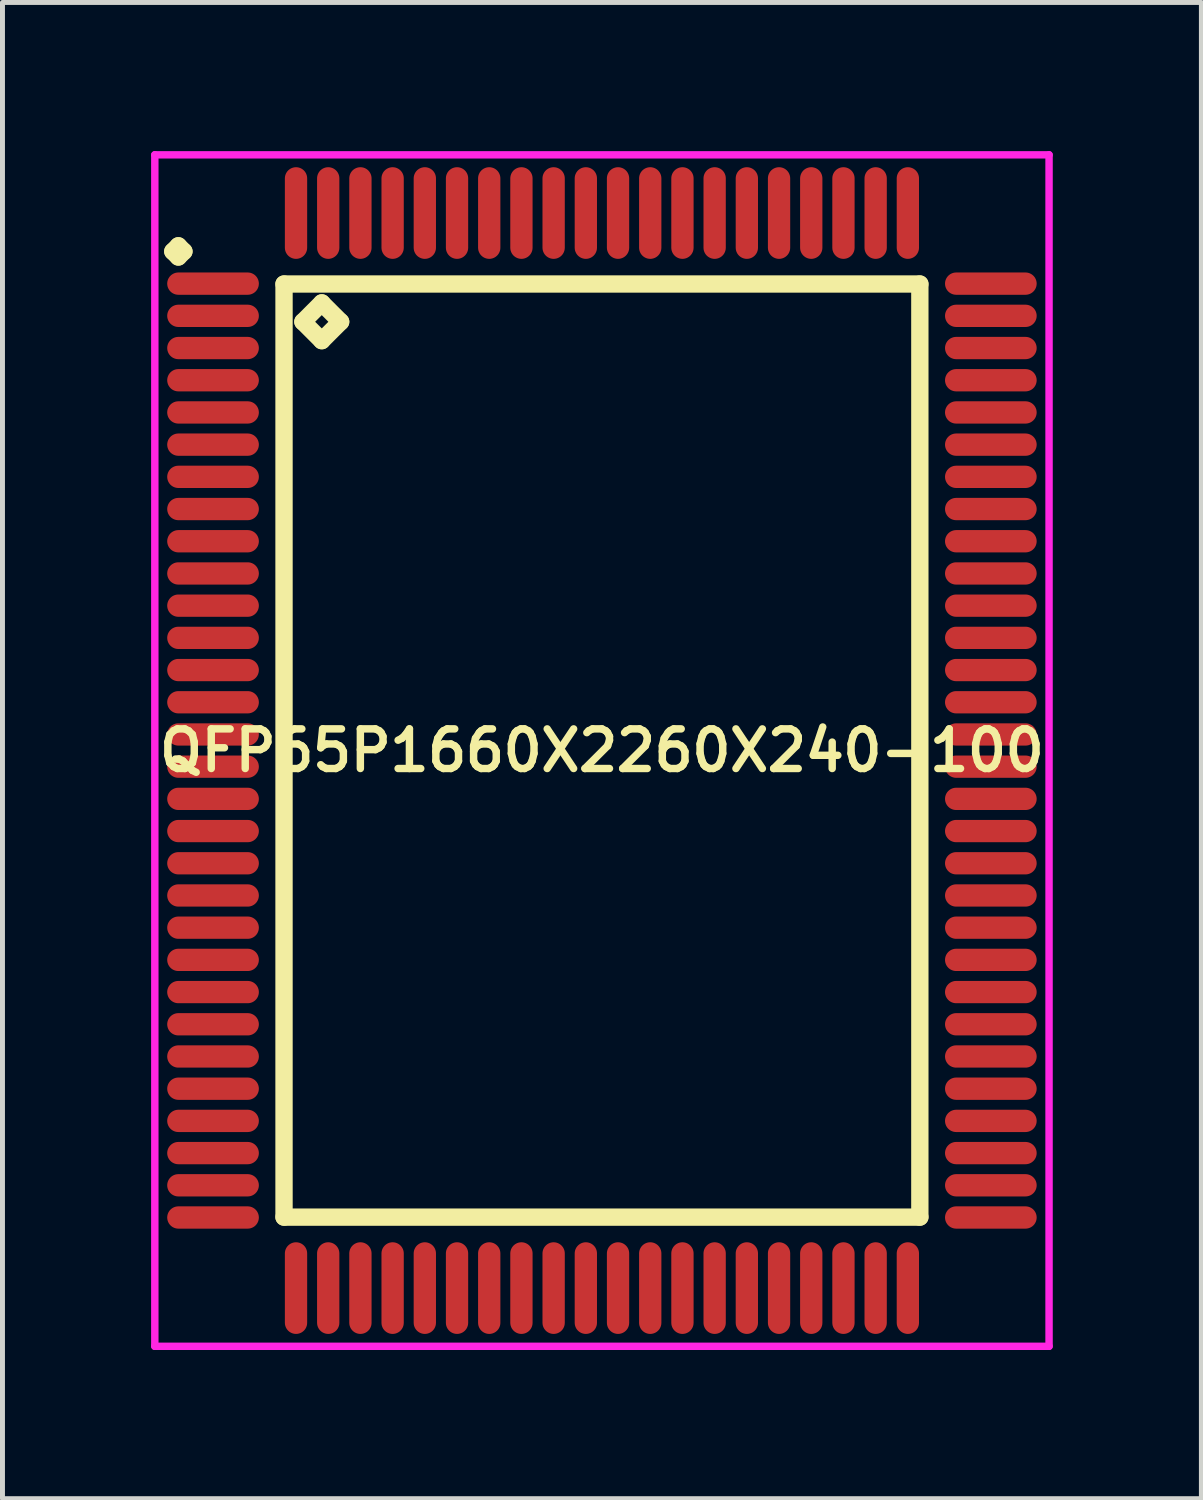
<source format=kicad_pcb>
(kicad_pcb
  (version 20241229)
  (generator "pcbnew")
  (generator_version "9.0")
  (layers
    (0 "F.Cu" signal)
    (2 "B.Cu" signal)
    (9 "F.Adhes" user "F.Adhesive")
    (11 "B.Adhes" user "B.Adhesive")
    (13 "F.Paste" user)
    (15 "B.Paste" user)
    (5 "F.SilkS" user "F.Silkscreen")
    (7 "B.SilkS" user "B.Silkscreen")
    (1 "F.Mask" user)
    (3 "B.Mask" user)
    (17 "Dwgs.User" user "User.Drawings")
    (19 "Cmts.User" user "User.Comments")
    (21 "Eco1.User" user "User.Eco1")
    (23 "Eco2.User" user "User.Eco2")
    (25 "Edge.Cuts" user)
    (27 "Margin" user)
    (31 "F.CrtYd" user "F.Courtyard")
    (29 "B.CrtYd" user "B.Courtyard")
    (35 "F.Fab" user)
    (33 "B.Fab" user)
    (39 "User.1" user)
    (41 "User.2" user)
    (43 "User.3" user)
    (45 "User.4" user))
  (footprint "QFP65P1660X2260X240-100"
    (layer "F.Cu")
    (at 9.1 12.1)
    (property "Reference" "QFP65P1660X2260X240-100" (at 0 0 0) (layer "F.SilkS") (effects (font (size 0.8 0.8) (thickness 0.15))))
    (attr smd)
    (fp_line (start -8.662 -10.075) (end -8.55 -10.188) (stroke (width 0.35) (type solid)) (layer "F.SilkS"))
    (fp_line (start -8.55 -10.188) (end -8.438 -10.075) (stroke (width 0.35) (type solid)) (layer "F.SilkS"))
    (fp_line (start -8.55 -9.963) (end -8.662 -10.075) (stroke (width 0.35) (type solid)) (layer "F.SilkS"))
    (fp_line (start -8.438 -10.075) (end -8.55 -9.963) (stroke (width 0.35) (type solid)) (layer "F.SilkS"))
    (fp_line (start -6.417 -9.417) (end -6.417 9.417) (stroke (width 0.35) (type solid)) (layer "F.SilkS"))
    (fp_line (start -6.417 9.417) (end 6.417 9.417) (stroke (width 0.35) (type solid)) (layer "F.SilkS"))
    (fp_line (start -6.036 -8.655) (end -5.655 -9.036) (stroke (width 0.35) (type solid)) (layer "F.SilkS"))
    (fp_line (start -5.655 -9.036) (end -5.274 -8.655) (stroke (width 0.35) (type solid)) (layer "F.SilkS"))
    (fp_line (start -5.655 -8.274) (end -6.036 -8.655) (stroke (width 0.35) (type solid)) (layer "F.SilkS"))
    (fp_line (start -5.274 -8.655) (end -5.655 -8.274) (stroke (width 0.35) (type solid)) (layer "F.SilkS"))
    (fp_line (start 6.417 -9.417) (end -6.417 -9.417) (stroke (width 0.35) (type solid)) (layer "F.SilkS"))
    (fp_line (start 6.417 9.417) (end 6.417 -9.417) (stroke (width 0.35) (type solid)) (layer "F.SilkS"))
    (fp_line (start -9.025 -12.025) (end 9.025 -12.025) (stroke (width 0.15) (type solid)) (layer "F.CrtYd"))
    (fp_line (start -9.025 12.025) (end -9.025 -12.025) (stroke (width 0.15) (type solid)) (layer "F.CrtYd"))
    (fp_line (start 9.025 -12.025) (end 9.025 12.025) (stroke (width 0.15) (type solid)) (layer "F.CrtYd"))
    (fp_line (start 9.025 12.025) (end -9.025 12.025) (stroke (width 0.15) (type solid)) (layer "F.CrtYd"))
    (pad "1" smd oval (at -7.85 -9.425) (size 1.85 0.45) (layers "F.Cu" "F.Mask" "F.Paste"))
    (pad "2" smd oval (at -7.85 -8.775) (size 1.85 0.45) (layers "F.Cu" "F.Mask" "F.Paste"))
    (pad "3" smd oval (at -7.85 -8.125) (size 1.85 0.45) (layers "F.Cu" "F.Mask" "F.Paste"))
    (pad "4" smd oval (at -7.85 -7.475) (size 1.85 0.45) (layers "F.Cu" "F.Mask" "F.Paste"))
    (pad "5" smd oval (at -7.85 -6.825) (size 1.85 0.45) (layers "F.Cu" "F.Mask" "F.Paste"))
    (pad "6" smd oval (at -7.85 -6.175) (size 1.85 0.45) (layers "F.Cu" "F.Mask" "F.Paste"))
    (pad "7" smd oval (at -7.85 -5.525) (size 1.85 0.45) (layers "F.Cu" "F.Mask" "F.Paste"))
    (pad "8" smd oval (at -7.85 -4.875) (size 1.85 0.45) (layers "F.Cu" "F.Mask" "F.Paste"))
    (pad "9" smd oval (at -7.85 -4.225) (size 1.85 0.45) (layers "F.Cu" "F.Mask" "F.Paste"))
    (pad "10" smd oval (at -7.85 -3.575) (size 1.85 0.45) (layers "F.Cu" "F.Mask" "F.Paste"))
    (pad "11" smd oval (at -7.85 -2.925) (size 1.85 0.45) (layers "F.Cu" "F.Mask" "F.Paste"))
    (pad "12" smd oval (at -7.85 -2.275) (size 1.85 0.45) (layers "F.Cu" "F.Mask" "F.Paste"))
    (pad "13" smd oval (at -7.85 -1.625) (size 1.85 0.45) (layers "F.Cu" "F.Mask" "F.Paste"))
    (pad "14" smd oval (at -7.85 -0.975) (size 1.85 0.45) (layers "F.Cu" "F.Mask" "F.Paste"))
    (pad "15" smd oval (at -7.85 -0.325) (size 1.85 0.45) (layers "F.Cu" "F.Mask" "F.Paste"))
    (pad "16" smd oval (at -7.85 0.325) (size 1.85 0.45) (layers "F.Cu" "F.Mask" "F.Paste"))
    (pad "17" smd oval (at -7.85 0.975) (size 1.85 0.45) (layers "F.Cu" "F.Mask" "F.Paste"))
    (pad "18" smd oval (at -7.85 1.625) (size 1.85 0.45) (layers "F.Cu" "F.Mask" "F.Paste"))
    (pad "19" smd oval (at -7.85 2.275) (size 1.85 0.45) (layers "F.Cu" "F.Mask" "F.Paste"))
    (pad "20" smd oval (at -7.85 2.925) (size 1.85 0.45) (layers "F.Cu" "F.Mask" "F.Paste"))
    (pad "21" smd oval (at -7.85 3.575) (size 1.85 0.45) (layers "F.Cu" "F.Mask" "F.Paste"))
    (pad "22" smd oval (at -7.85 4.225) (size 1.85 0.45) (layers "F.Cu" "F.Mask" "F.Paste"))
    (pad "23" smd oval (at -7.85 4.875) (size 1.85 0.45) (layers "F.Cu" "F.Mask" "F.Paste"))
    (pad "24" smd oval (at -7.85 5.525) (size 1.85 0.45) (layers "F.Cu" "F.Mask" "F.Paste"))
    (pad "25" smd oval (at -7.85 6.175) (size 1.85 0.45) (layers "F.Cu" "F.Mask" "F.Paste"))
    (pad "26" smd oval (at -7.85 6.825) (size 1.85 0.45) (layers "F.Cu" "F.Mask" "F.Paste"))
    (pad "27" smd oval (at -7.85 7.475) (size 1.85 0.45) (layers "F.Cu" "F.Mask" "F.Paste"))
    (pad "28" smd oval (at -7.85 8.125) (size 1.85 0.45) (layers "F.Cu" "F.Mask" "F.Paste"))
    (pad "29" smd oval (at -7.85 8.775) (size 1.85 0.45) (layers "F.Cu" "F.Mask" "F.Paste"))
    (pad "30" smd oval (at -7.85 9.425) (size 1.85 0.45) (layers "F.Cu" "F.Mask" "F.Paste"))
    (pad "31" smd oval (at -6.175 10.85) (size 0.45 1.85) (layers "F.Cu" "F.Mask" "F.Paste"))
    (pad "32" smd oval (at -5.525 10.85) (size 0.45 1.85) (layers "F.Cu" "F.Mask" "F.Paste"))
    (pad "33" smd oval (at -4.875 10.85) (size 0.45 1.85) (layers "F.Cu" "F.Mask" "F.Paste"))
    (pad "34" smd oval (at -4.225 10.85) (size 0.45 1.85) (layers "F.Cu" "F.Mask" "F.Paste"))
    (pad "35" smd oval (at -3.575 10.85) (size 0.45 1.85) (layers "F.Cu" "F.Mask" "F.Paste"))
    (pad "36" smd oval (at -2.925 10.85) (size 0.45 1.85) (layers "F.Cu" "F.Mask" "F.Paste"))
    (pad "37" smd oval (at -2.275 10.85) (size 0.45 1.85) (layers "F.Cu" "F.Mask" "F.Paste"))
    (pad "38" smd oval (at -1.625 10.85) (size 0.45 1.85) (layers "F.Cu" "F.Mask" "F.Paste"))
    (pad "39" smd oval (at -0.975 10.85) (size 0.45 1.85) (layers "F.Cu" "F.Mask" "F.Paste"))
    (pad "40" smd oval (at -0.325 10.85) (size 0.45 1.85) (layers "F.Cu" "F.Mask" "F.Paste"))
    (pad "41" smd oval (at 0.325 10.85) (size 0.45 1.85) (layers "F.Cu" "F.Mask" "F.Paste"))
    (pad "42" smd oval (at 0.975 10.85) (size 0.45 1.85) (layers "F.Cu" "F.Mask" "F.Paste"))
    (pad "43" smd oval (at 1.625 10.85) (size 0.45 1.85) (layers "F.Cu" "F.Mask" "F.Paste"))
    (pad "44" smd oval (at 2.275 10.85) (size 0.45 1.85) (layers "F.Cu" "F.Mask" "F.Paste"))
    (pad "45" smd oval (at 2.925 10.85) (size 0.45 1.85) (layers "F.Cu" "F.Mask" "F.Paste"))
    (pad "46" smd oval (at 3.575 10.85) (size 0.45 1.85) (layers "F.Cu" "F.Mask" "F.Paste"))
    (pad "47" smd oval (at 4.225 10.85) (size 0.45 1.85) (layers "F.Cu" "F.Mask" "F.Paste"))
    (pad "48" smd oval (at 4.875 10.85) (size 0.45 1.85) (layers "F.Cu" "F.Mask" "F.Paste"))
    (pad "49" smd oval (at 5.525 10.85) (size 0.45 1.85) (layers "F.Cu" "F.Mask" "F.Paste"))
    (pad "50" smd oval (at 6.175 10.85) (size 0.45 1.85) (layers "F.Cu" "F.Mask" "F.Paste"))
    (pad "51" smd oval (at 7.85 9.425) (size 1.85 0.45) (layers "F.Cu" "F.Mask" "F.Paste"))
    (pad "52" smd oval (at 7.85 8.775) (size 1.85 0.45) (layers "F.Cu" "F.Mask" "F.Paste"))
    (pad "53" smd oval (at 7.85 8.125) (size 1.85 0.45) (layers "F.Cu" "F.Mask" "F.Paste"))
    (pad "54" smd oval (at 7.85 7.475) (size 1.85 0.45) (layers "F.Cu" "F.Mask" "F.Paste"))
    (pad "55" smd oval (at 7.85 6.825) (size 1.85 0.45) (layers "F.Cu" "F.Mask" "F.Paste"))
    (pad "56" smd oval (at 7.85 6.175) (size 1.85 0.45) (layers "F.Cu" "F.Mask" "F.Paste"))
    (pad "57" smd oval (at 7.85 5.525) (size 1.85 0.45) (layers "F.Cu" "F.Mask" "F.Paste"))
    (pad "58" smd oval (at 7.85 4.875) (size 1.85 0.45) (layers "F.Cu" "F.Mask" "F.Paste"))
    (pad "59" smd oval (at 7.85 4.225) (size 1.85 0.45) (layers "F.Cu" "F.Mask" "F.Paste"))
    (pad "60" smd oval (at 7.85 3.575) (size 1.85 0.45) (layers "F.Cu" "F.Mask" "F.Paste"))
    (pad "61" smd oval (at 7.85 2.925) (size 1.85 0.45) (layers "F.Cu" "F.Mask" "F.Paste"))
    (pad "62" smd oval (at 7.85 2.275) (size 1.85 0.45) (layers "F.Cu" "F.Mask" "F.Paste"))
    (pad "63" smd oval (at 7.85 1.625) (size 1.85 0.45) (layers "F.Cu" "F.Mask" "F.Paste"))
    (pad "64" smd oval (at 7.85 0.975) (size 1.85 0.45) (layers "F.Cu" "F.Mask" "F.Paste"))
    (pad "65" smd oval (at 7.85 0.325) (size 1.85 0.45) (layers "F.Cu" "F.Mask" "F.Paste"))
    (pad "66" smd oval (at 7.85 -0.325) (size 1.85 0.45) (layers "F.Cu" "F.Mask" "F.Paste"))
    (pad "67" smd oval (at 7.85 -0.975) (size 1.85 0.45) (layers "F.Cu" "F.Mask" "F.Paste"))
    (pad "68" smd oval (at 7.85 -1.625) (size 1.85 0.45) (layers "F.Cu" "F.Mask" "F.Paste"))
    (pad "69" smd oval (at 7.85 -2.275) (size 1.85 0.45) (layers "F.Cu" "F.Mask" "F.Paste"))
    (pad "70" smd oval (at 7.85 -2.925) (size 1.85 0.45) (layers "F.Cu" "F.Mask" "F.Paste"))
    (pad "71" smd oval (at 7.85 -3.575) (size 1.85 0.45) (layers "F.Cu" "F.Mask" "F.Paste"))
    (pad "72" smd oval (at 7.85 -4.225) (size 1.85 0.45) (layers "F.Cu" "F.Mask" "F.Paste"))
    (pad "73" smd oval (at 7.85 -4.875) (size 1.85 0.45) (layers "F.Cu" "F.Mask" "F.Paste"))
    (pad "74" smd oval (at 7.85 -5.525) (size 1.85 0.45) (layers "F.Cu" "F.Mask" "F.Paste"))
    (pad "75" smd oval (at 7.85 -6.175) (size 1.85 0.45) (layers "F.Cu" "F.Mask" "F.Paste"))
    (pad "76" smd oval (at 7.85 -6.825) (size 1.85 0.45) (layers "F.Cu" "F.Mask" "F.Paste"))
    (pad "77" smd oval (at 7.85 -7.475) (size 1.85 0.45) (layers "F.Cu" "F.Mask" "F.Paste"))
    (pad "78" smd oval (at 7.85 -8.125) (size 1.85 0.45) (layers "F.Cu" "F.Mask" "F.Paste"))
    (pad "79" smd oval (at 7.85 -8.775) (size 1.85 0.45) (layers "F.Cu" "F.Mask" "F.Paste"))
    (pad "80" smd oval (at 7.85 -9.425) (size 1.85 0.45) (layers "F.Cu" "F.Mask" "F.Paste"))
    (pad "81" smd oval (at 6.175 -10.85) (size 0.45 1.85) (layers "F.Cu" "F.Mask" "F.Paste"))
    (pad "82" smd oval (at 5.525 -10.85) (size 0.45 1.85) (layers "F.Cu" "F.Mask" "F.Paste"))
    (pad "83" smd oval (at 4.875 -10.85) (size 0.45 1.85) (layers "F.Cu" "F.Mask" "F.Paste"))
    (pad "84" smd oval (at 4.225 -10.85) (size 0.45 1.85) (layers "F.Cu" "F.Mask" "F.Paste"))
    (pad "85" smd oval (at 3.575 -10.85) (size 0.45 1.85) (layers "F.Cu" "F.Mask" "F.Paste"))
    (pad "86" smd oval (at 2.925 -10.85) (size 0.45 1.85) (layers "F.Cu" "F.Mask" "F.Paste"))
    (pad "87" smd oval (at 2.275 -10.85) (size 0.45 1.85) (layers "F.Cu" "F.Mask" "F.Paste"))
    (pad "88" smd oval (at 1.625 -10.85) (size 0.45 1.85) (layers "F.Cu" "F.Mask" "F.Paste"))
    (pad "89" smd oval (at 0.975 -10.85) (size 0.45 1.85) (layers "F.Cu" "F.Mask" "F.Paste"))
    (pad "90" smd oval (at 0.325 -10.85) (size 0.45 1.85) (layers "F.Cu" "F.Mask" "F.Paste"))
    (pad "91" smd oval (at -0.325 -10.85) (size 0.45 1.85) (layers "F.Cu" "F.Mask" "F.Paste"))
    (pad "92" smd oval (at -0.975 -10.85) (size 0.45 1.85) (layers "F.Cu" "F.Mask" "F.Paste"))
    (pad "93" smd oval (at -1.625 -10.85) (size 0.45 1.85) (layers "F.Cu" "F.Mask" "F.Paste"))
    (pad "94" smd oval (at -2.275 -10.85) (size 0.45 1.85) (layers "F.Cu" "F.Mask" "F.Paste"))
    (pad "95" smd oval (at -2.925 -10.85) (size 0.45 1.85) (layers "F.Cu" "F.Mask" "F.Paste"))
    (pad "96" smd oval (at -3.575 -10.85) (size 0.45 1.85) (layers "F.Cu" "F.Mask" "F.Paste"))
    (pad "97" smd oval (at -4.225 -10.85) (size 0.45 1.85) (layers "F.Cu" "F.Mask" "F.Paste"))
    (pad "98" smd oval (at -4.875 -10.85) (size 0.45 1.85) (layers "F.Cu" "F.Mask" "F.Paste"))
    (pad "99" smd oval (at -5.525 -10.85) (size 0.45 1.85) (layers "F.Cu" "F.Mask" "F.Paste"))
    (pad "100" smd oval (at -6.175 -10.85) (size 0.45 1.85) (layers "F.Cu" "F.Mask" "F.Paste")))
  (gr_rect
    (start -3 -3)
    (end 21.2 27.2)
    (stroke (width 0.1) (type default))
    (fill no)
    (layer "Edge.Cuts")))
</source>
